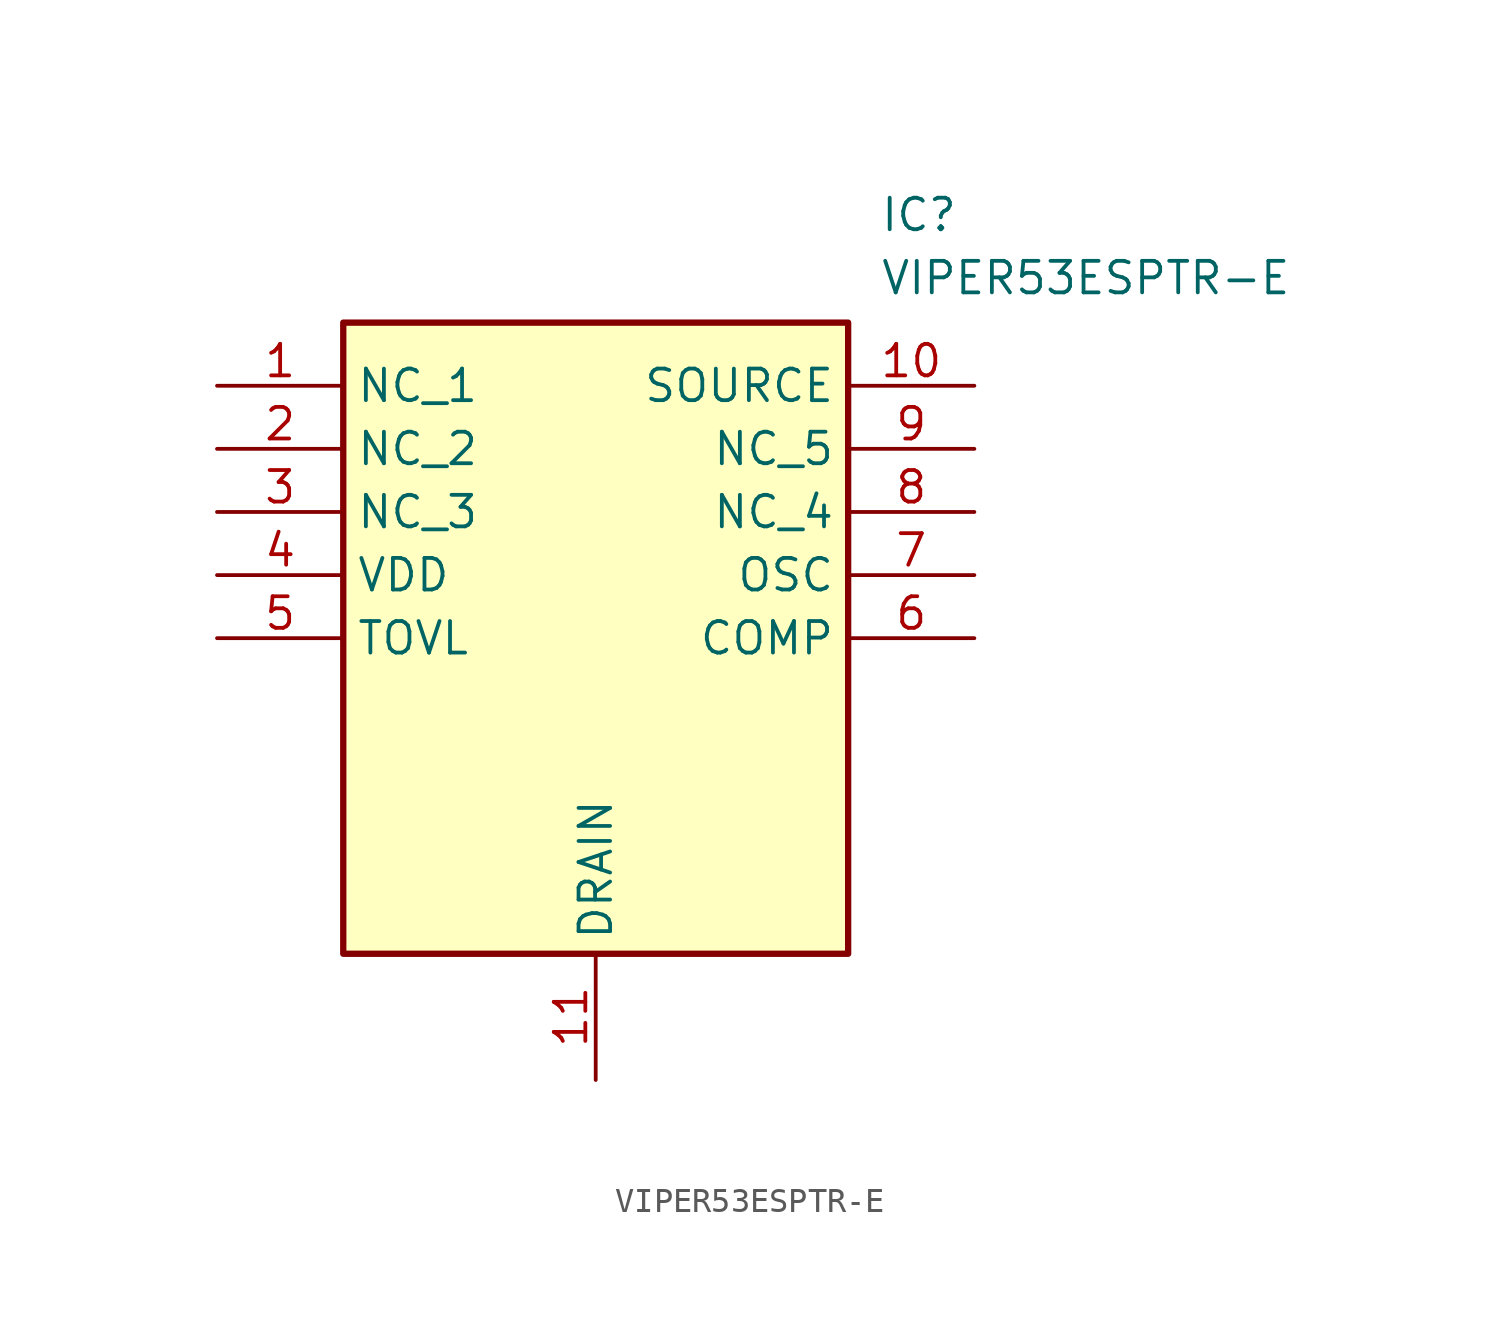
<source format=kicad_sym>
(kicad_symbol_lib
  (version 20231120)
  (generator "kicad_symbol_editor")
  (generator_version "8.0")
  (symbol "VIPER53ESPTR-E"
    (property "Reference" "IC"
      (at 26.67 7.62 0)
      (effects (font (size 1.27 1.27)) (justify left top)))
    (property "Value" "VIPER53ESPTR-E"
      (at 26.67 5.08 0)
      (effects (font (size 1.27 1.27)) (justify left top)))
    (symbol "VIPER53ESPTR-E_1_1"
      (rectangle (start 5.08 2.54) (end 25.4 -22.86) (stroke (width 0.254) (type default)) (fill (type background)))
      (pin passive line (at 0 0 0) (length 5.08) (name "NC_1" (effects (font (size 1.27 1.27)))) (number "1" (effects (font (size 1.27 1.27)))))
      (pin passive line (at 30.48 0 180) (length 5.08) (name "SOURCE" (effects (font (size 1.27 1.27)))) (number "10" (effects (font (size 1.27 1.27)))))
      (pin passive line (at 15.24 -27.94 90) (length 5.08) (name "DRAIN" (effects (font (size 1.27 1.27)))) (number "11" (effects (font (size 1.27 1.27)))))
      (pin passive line (at 0 -2.54 0) (length 5.08) (name "NC_2" (effects (font (size 1.27 1.27)))) (number "2" (effects (font (size 1.27 1.27)))))
      (pin passive line (at 0 -5.08 0) (length 5.08) (name "NC_3" (effects (font (size 1.27 1.27)))) (number "3" (effects (font (size 1.27 1.27)))))
      (pin passive line (at 0 -7.62 0) (length 5.08) (name "VDD" (effects (font (size 1.27 1.27)))) (number "4" (effects (font (size 1.27 1.27)))))
      (pin passive line (at 0 -10.16 0) (length 5.08) (name "TOVL" (effects (font (size 1.27 1.27)))) (number "5" (effects (font (size 1.27 1.27)))))
      (pin passive line (at 30.48 -10.16 180) (length 5.08) (name "COMP" (effects (font (size 1.27 1.27)))) (number "6" (effects (font (size 1.27 1.27)))))
      (pin passive line (at 30.48 -7.62 180) (length 5.08) (name "OSC" (effects (font (size 1.27 1.27)))) (number "7" (effects (font (size 1.27 1.27)))))
      (pin passive line (at 30.48 -5.08 180) (length 5.08) (name "NC_4" (effects (font (size 1.27 1.27)))) (number "8" (effects (font (size 1.27 1.27)))))
      (pin passive line (at 30.48 -2.54 180) (length 5.08) (name "NC_5" (effects (font (size 1.27 1.27)))) (number "9" (effects (font (size 1.27 1.27))))))))
</source>
